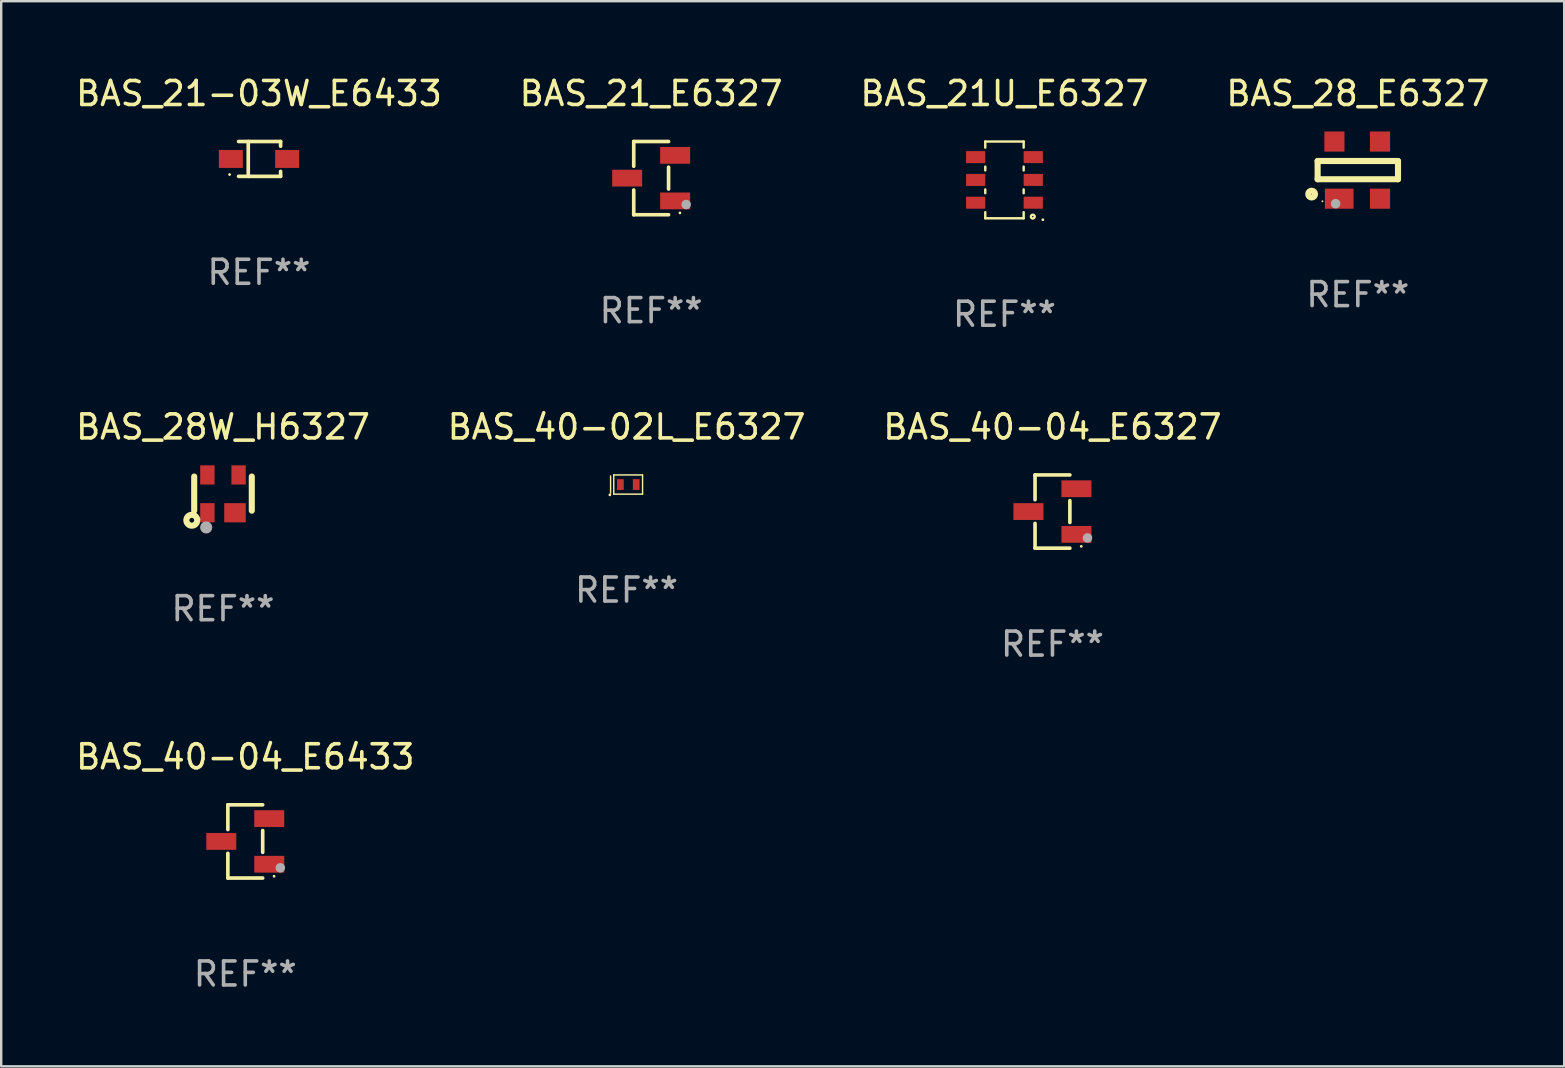
<source format=kicad_pcb>
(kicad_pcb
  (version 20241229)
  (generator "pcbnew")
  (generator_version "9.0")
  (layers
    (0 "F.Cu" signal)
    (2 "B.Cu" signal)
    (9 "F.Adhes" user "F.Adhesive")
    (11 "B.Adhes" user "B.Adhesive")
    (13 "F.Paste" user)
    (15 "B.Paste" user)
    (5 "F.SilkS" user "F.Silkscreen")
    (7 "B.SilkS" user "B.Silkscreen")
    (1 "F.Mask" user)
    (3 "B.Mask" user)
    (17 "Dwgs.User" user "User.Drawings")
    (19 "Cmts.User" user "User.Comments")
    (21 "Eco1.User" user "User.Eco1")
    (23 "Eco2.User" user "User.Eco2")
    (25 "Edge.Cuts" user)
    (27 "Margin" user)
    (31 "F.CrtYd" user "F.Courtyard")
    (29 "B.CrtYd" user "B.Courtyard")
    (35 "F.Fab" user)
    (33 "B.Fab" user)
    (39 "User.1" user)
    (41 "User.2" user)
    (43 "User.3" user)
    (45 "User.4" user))
  (footprint "BAS_40-02L_E6327"
    (layer "F.Cu")
    (at 23.065 17.145)
    (property "Reference" "BAS_40-02L_E6327" (at 0 -2.4 0) (layer "F.SilkS") (effects (font (size 1 1) (thickness 0.15))))
    (attr through_hole)
    (fp_line (start -0.666 -0.356) (end -0.666 0.356) (stroke (width 0.06) (type solid)) (layer "F.SilkS"))
    (fp_line (start -0.534 -0.4) (end 0.666 -0.4) (stroke (width 0.06) (type solid)) (layer "F.SilkS"))
    (fp_line (start -0.534 0.4) (end -0.534 -0.4) (stroke (width 0.06) (type solid)) (layer "F.SilkS"))
    (fp_line (start 0.666 -0.4) (end 0.666 0.4) (stroke (width 0.06) (type solid)) (layer "F.SilkS"))
    (fp_line (start 0.666 0.4) (end -0.534 0.4) (stroke (width 0.06) (type solid)) (layer "F.SilkS"))
    (fp_circle (center -0.696 0.43) (end -0.666 0.43) (stroke (width 0.06) (type solid)) (fill no) (layer "F.SilkS"))
    (fp_text user "REF**" (at 0 4.4 0) (layer "F.Fab") (effects (font (size 1 1) (thickness 0.15))))
    (pad "1" smd rect (at -0.259 0) (size 0.28 0.45) (layers "F.Cu" "F.Mask" "F.Paste"))
    (pad "2" smd rect (at 0.401 0) (size 0.28 0.45) (layers "F.Cu" "F.Mask" "F.Paste")))
  (footprint "BAS_40-04_E6433"
    (layer "F.Cu")
    (at 7.173 32.02)
    (property "Reference" "BAS_40-04_E6433" (at 0 -3.526 0) (layer "F.SilkS") (effects (font (size 1 1) (thickness 0.15))))
    (attr through_hole)
    (fp_line (start -0.726 -1.526) (end -0.726 -0.495) (stroke (width 0.152) (type solid)) (layer "F.SilkS"))
    (fp_line (start -0.726 1.526) (end -0.726 0.495) (stroke (width 0.152) (type solid)) (layer "F.SilkS"))
    (fp_line (start 0.726 -1.526) (end -0.726 -1.526) (stroke (width 0.152) (type solid)) (layer "F.SilkS"))
    (fp_line (start 0.726 -0.455) (end 0.726 0.455) (stroke (width 0.152) (type solid)) (layer "F.SilkS"))
    (fp_line (start 0.726 1.526) (end -0.726 1.526) (stroke (width 0.152) (type solid)) (layer "F.SilkS"))
    (fp_circle (center 1.2 1.45) (end 1.23 1.45) (stroke (width 0.06) (type solid)) (fill no) (layer "F.SilkS"))
    (fp_circle (center 1.46 1.1) (end 1.56 1.1) (stroke (width 0.2) (type solid)) (fill no) (layer "F.Fab"))
    (fp_text user "REF**" (at 0 5.526 0) (layer "F.Fab") (effects (font (size 1 1) (thickness 0.15))))
    (pad "1" smd rect (at 1 0.95) (size 1.25 0.7) (layers "F.Cu" "F.Mask" "F.Paste"))
    (pad "2" smd rect (at 1 -0.95) (size 1.25 0.7) (layers "F.Cu" "F.Mask" "F.Paste"))
    (pad "3" smd rect (at -1 0) (size 1.25 0.7) (layers "F.Cu" "F.Mask" "F.Paste")))
  (footprint "BAS_28W_H6327"
    (layer "F.Cu")
    (at 6.244 17.533)
    (property "Reference" "BAS_28W_H6327" (at 0 -2.788 0) (layer "F.SilkS") (effects (font (size 1 1) (thickness 0.15))))
    (attr through_hole)
    (fp_line (start -1.2 0.7) (end -1.2 -0.722) (stroke (width 0.254) (type solid)) (layer "F.SilkS"))
    (fp_line (start 1.2 0.7) (end 1.2 -0.722) (stroke (width 0.254) (type solid)) (layer "F.SilkS"))
    (fp_circle (center -1.3 1.1) (end -1.2 1.1) (stroke (width 0.254) (type solid)) (fill no) (layer "F.SilkS"))
    (fp_circle (center -1 1.05) (end -0.97 1.05) (stroke (width 0.06) (type solid)) (fill no) (layer "F.SilkS"))
    (fp_circle (center -0.7 1.4) (end -0.573 1.4) (stroke (width 0.254) (type solid)) (fill no) (layer "F.Fab"))
    (fp_text user "REF**" (at 0 4.788 0) (layer "F.Fab") (effects (font (size 1 1) (thickness 0.15))))
    (pad "1" smd rect (at -0.65 0.788) (size 0.599 0.8) (layers "F.Cu" "F.Mask" "F.Paste"))
    (pad "2" smd rect (at 0.5 0.788) (size 0.899 0.8) (layers "F.Cu" "F.Mask" "F.Paste"))
    (pad "3" smd rect (at 0.65 -0.788) (size 0.599 0.8) (layers "F.Cu" "F.Mask" "F.Paste"))
    (pad "4" smd rect (at -0.65 -0.788) (size 0.599 0.8) (layers "F.Cu" "F.Mask" "F.Paste")))
  (footprint "BAS_21-03W_E6433"
    (layer "F.Cu")
    (at 7.744 3.574)
    (property "Reference" "BAS_21-03W_E6433" (at 0 -2.726 0) (layer "F.SilkS") (effects (font (size 1 1) (thickness 0.15))))
    (attr through_hole)
    (fp_line (start -0.851 -0.726) (end 0.901 -0.726) (stroke (width 0.152) (type solid)) (layer "F.SilkS"))
    (fp_line (start -0.851 0.726) (end 0.901 0.726) (stroke (width 0.152) (type solid)) (layer "F.SilkS"))
    (fp_line (start -0.447 -0.726) (end -0.447 0.726) (stroke (width 0.152) (type solid)) (layer "F.SilkS"))
    (fp_line (start 0.901 -0.726) (end 0.901 -0.53) (stroke (width 0.152) (type solid)) (layer "F.SilkS"))
    (fp_line (start 0.901 0.726) (end 0.901 0.52) (stroke (width 0.152) (type solid)) (layer "F.SilkS"))
    (fp_circle (center -1.225 0.65) (end -1.195 0.65) (stroke (width 0.06) (type solid)) (fill no) (layer "F.SilkS"))
    (fp_text user "REF**" (at 0 4.726 0) (layer "F.Fab") (effects (font (size 1 1) (thickness 0.15))))
    (pad "1" smd rect (at -1.173 0) (size 1 0.75) (layers "F.Cu" "F.Mask" "F.Paste"))
    (pad "2" smd rect (at 1.173 0) (size 1 0.75) (layers "F.Cu" "F.Mask" "F.Paste")))
  (footprint "BAS_21_E6327"
    (layer "F.Cu")
    (at 24.089 4.374)
    (property "Reference" "BAS_21_E6327" (at 0 -3.526 0) (layer "F.SilkS") (effects (font (size 1 1) (thickness 0.15))))
    (attr through_hole)
    (fp_line (start -0.726 -1.526) (end -0.726 -0.495) (stroke (width 0.152) (type solid)) (layer "F.SilkS"))
    (fp_line (start -0.726 1.526) (end -0.726 0.495) (stroke (width 0.152) (type solid)) (layer "F.SilkS"))
    (fp_line (start 0.726 -1.526) (end -0.726 -1.526) (stroke (width 0.152) (type solid)) (layer "F.SilkS"))
    (fp_line (start 0.726 -0.455) (end 0.726 0.455) (stroke (width 0.152) (type solid)) (layer "F.SilkS"))
    (fp_line (start 0.726 1.526) (end -0.726 1.526) (stroke (width 0.152) (type solid)) (layer "F.SilkS"))
    (fp_circle (center 1.2 1.45) (end 1.23 1.45) (stroke (width 0.06) (type solid)) (fill no) (layer "F.SilkS"))
    (fp_circle (center 1.46 1.1) (end 1.56 1.1) (stroke (width 0.2) (type solid)) (fill no) (layer "F.Fab"))
    (fp_text user "REF**" (at 0 5.526 0) (layer "F.Fab") (effects (font (size 1 1) (thickness 0.15))))
    (pad "1" smd rect (at 1 0.95) (size 1.25 0.7) (layers "F.Cu" "F.Mask" "F.Paste"))
    (pad "2" smd rect (at 1 -0.95) (size 1.25 0.7) (layers "F.Cu" "F.Mask" "F.Paste"))
    (pad "3" smd rect (at -1 0) (size 1.25 0.7) (layers "F.Cu" "F.Mask" "F.Paste")))
  (footprint "BAS_28_E6327"
    (layer "F.Cu")
    (at 53.542 4.04)
    (property "Reference" "BAS_28_E6327" (at 0 -3.191 0) (layer "F.SilkS") (effects (font (size 1 1) (thickness 0.15))))
    (attr through_hole)
    (fp_line (start -1.675 -0.38) (end -1.675 0.38) (stroke (width 0.254) (type solid)) (layer "F.SilkS"))
    (fp_line (start -1.675 -0.38) (end 1.675 -0.38) (stroke (width 0.254) (type solid)) (layer "F.SilkS"))
    (fp_line (start -1.675 0.38) (end 1.675 0.38) (stroke (width 0.254) (type solid)) (layer "F.SilkS"))
    (fp_line (start 1.675 -0.38) (end 1.675 0.38) (stroke (width 0.254) (type solid)) (layer "F.SilkS"))
    (fp_circle (center -1.925 1) (end -1.783 1) (stroke (width 0.254) (type solid)) (fill no) (layer "F.SilkS"))
    (fp_circle (center -1.475 1.3) (end -1.455 1.3) (stroke (width 0.04) (type solid)) (fill no) (layer "F.SilkS"))
    (fp_circle (center -0.925 1.4) (end -0.825 1.4) (stroke (width 0.2) (type solid)) (fill no) (layer "F.Fab"))
    (fp_text user "REF**" (at 0 5.191 0) (layer "F.Fab") (effects (font (size 1 1) (thickness 0.15))))
    (pad "1" smd rect (at -0.775 1.191) (size 1.194 0.838) (layers "F.Cu" "F.Mask" "F.Paste"))
    (pad "2" smd rect (at 0.925 1.191) (size 0.838 0.838) (layers "F.Cu" "F.Mask" "F.Paste"))
    (pad "3" smd rect (at 0.925 -1.191) (size 0.838 0.838) (layers "F.Cu" "F.Mask" "F.Paste"))
    (pad "4" smd rect (at -0.975 -1.191) (size 0.838 0.838) (layers "F.Cu" "F.Mask" "F.Paste")))
  (footprint "BAS_40-04_E6327"
    (layer "F.Cu")
    (at 40.815 18.271)
    (property "Reference" "BAS_40-04_E6327" (at 0 -3.526 0) (layer "F.SilkS") (effects (font (size 1 1) (thickness 0.15))))
    (attr through_hole)
    (fp_line (start -0.726 -1.526) (end -0.726 -0.495) (stroke (width 0.152) (type solid)) (layer "F.SilkS"))
    (fp_line (start -0.726 1.526) (end -0.726 0.495) (stroke (width 0.152) (type solid)) (layer "F.SilkS"))
    (fp_line (start 0.726 -1.526) (end -0.726 -1.526) (stroke (width 0.152) (type solid)) (layer "F.SilkS"))
    (fp_line (start 0.726 -0.455) (end 0.726 0.455) (stroke (width 0.152) (type solid)) (layer "F.SilkS"))
    (fp_line (start 0.726 1.526) (end -0.726 1.526) (stroke (width 0.152) (type solid)) (layer "F.SilkS"))
    (fp_circle (center 1.2 1.45) (end 1.23 1.45) (stroke (width 0.06) (type solid)) (fill no) (layer "F.SilkS"))
    (fp_circle (center 1.46 1.1) (end 1.56 1.1) (stroke (width 0.2) (type solid)) (fill no) (layer "F.Fab"))
    (fp_text user "REF**" (at 0 5.526 0) (layer "F.Fab") (effects (font (size 1 1) (thickness 0.15))))
    (pad "1" smd rect (at 1 0.95) (size 1.25 0.7) (layers "F.Cu" "F.Mask" "F.Paste"))
    (pad "2" smd rect (at 1 -0.95) (size 1.25 0.7) (layers "F.Cu" "F.Mask" "F.Paste"))
    (pad "3" smd rect (at -1 0) (size 1.25 0.7) (layers "F.Cu" "F.Mask" "F.Paste")))
  (footprint "BAS_21U_E6327"
    (layer "F.Cu")
    (at 38.815 4.448)
    (property "Reference" "BAS_21U_E6327" (at 0 -3.6 0) (layer "F.SilkS") (effects (font (size 1 1) (thickness 0.15))))
    (attr through_hole)
    (fp_line (start -0.8 -1.6) (end 0.8 -1.6) (stroke (width 0.101) (type solid)) (layer "F.SilkS"))
    (fp_line (start -0.8 -1.346) (end -0.8 -1.6) (stroke (width 0.101) (type solid)) (layer "F.SilkS"))
    (fp_line (start -0.8 -0.396) (end -0.8 -0.554) (stroke (width 0.101) (type solid)) (layer "F.SilkS"))
    (fp_line (start -0.8 0.554) (end -0.8 0.396) (stroke (width 0.101) (type solid)) (layer "F.SilkS"))
    (fp_line (start -0.8 1.6) (end -0.8 1.346) (stroke (width 0.101) (type solid)) (layer "F.SilkS"))
    (fp_line (start -0.8 1.6) (end 0.8 1.6) (stroke (width 0.101) (type solid)) (layer "F.SilkS"))
    (fp_line (start 0.8 -1.346) (end 0.8 -1.6) (stroke (width 0.101) (type solid)) (layer "F.SilkS"))
    (fp_line (start 0.8 -0.396) (end 0.8 -0.554) (stroke (width 0.101) (type solid)) (layer "F.SilkS"))
    (fp_line (start 0.8 0.554) (end 0.8 0.396) (stroke (width 0.101) (type solid)) (layer "F.SilkS"))
    (fp_line (start 0.8 1.6) (end 0.8 1.346) (stroke (width 0.101) (type solid)) (layer "F.SilkS"))
    (fp_circle (center 1.18 1.53) (end 1.26 1.53) (stroke (width 0.1) (type solid)) (fill no) (layer "F.SilkS"))
    (fp_circle (center 1.6 1.66) (end 1.63 1.66) (stroke (width 0.06) (type solid)) (fill no) (layer "F.SilkS"))
    (fp_text user "REF**" (at 0 5.6 0) (layer "F.Fab") (effects (font (size 1 1) (thickness 0.15))))
    (pad "1" smd rect (at 1.2 0.95 90) (size 0.5 0.8) (layers "F.Cu" "F.Mask" "F.Paste"))
    (pad "2" smd rect (at 1.2 0 90) (size 0.5 0.8) (layers "F.Cu" "F.Mask" "F.Paste"))
    (pad "3" smd rect (at 1.2 -0.95 90) (size 0.5 0.8) (layers "F.Cu" "F.Mask" "F.Paste"))
    (pad "4" smd rect (at -1.2 -0.95 90) (size 0.5 0.8) (layers "F.Cu" "F.Mask" "F.Paste"))
    (pad "5" smd rect (at -1.2 0 90) (size 0.5 0.8) (layers "F.Cu" "F.Mask" "F.Paste"))
    (pad "6" smd rect (at -1.2 0.95 90) (size 0.5 0.8) (layers "F.Cu" "F.Mask" "F.Paste")))
  (gr_rect
    (start -3 -3)
    (end 62.143 41.394)
    (stroke (width 0.1) (type default))
    (fill no)
    (layer "Edge.Cuts")))
</source>
